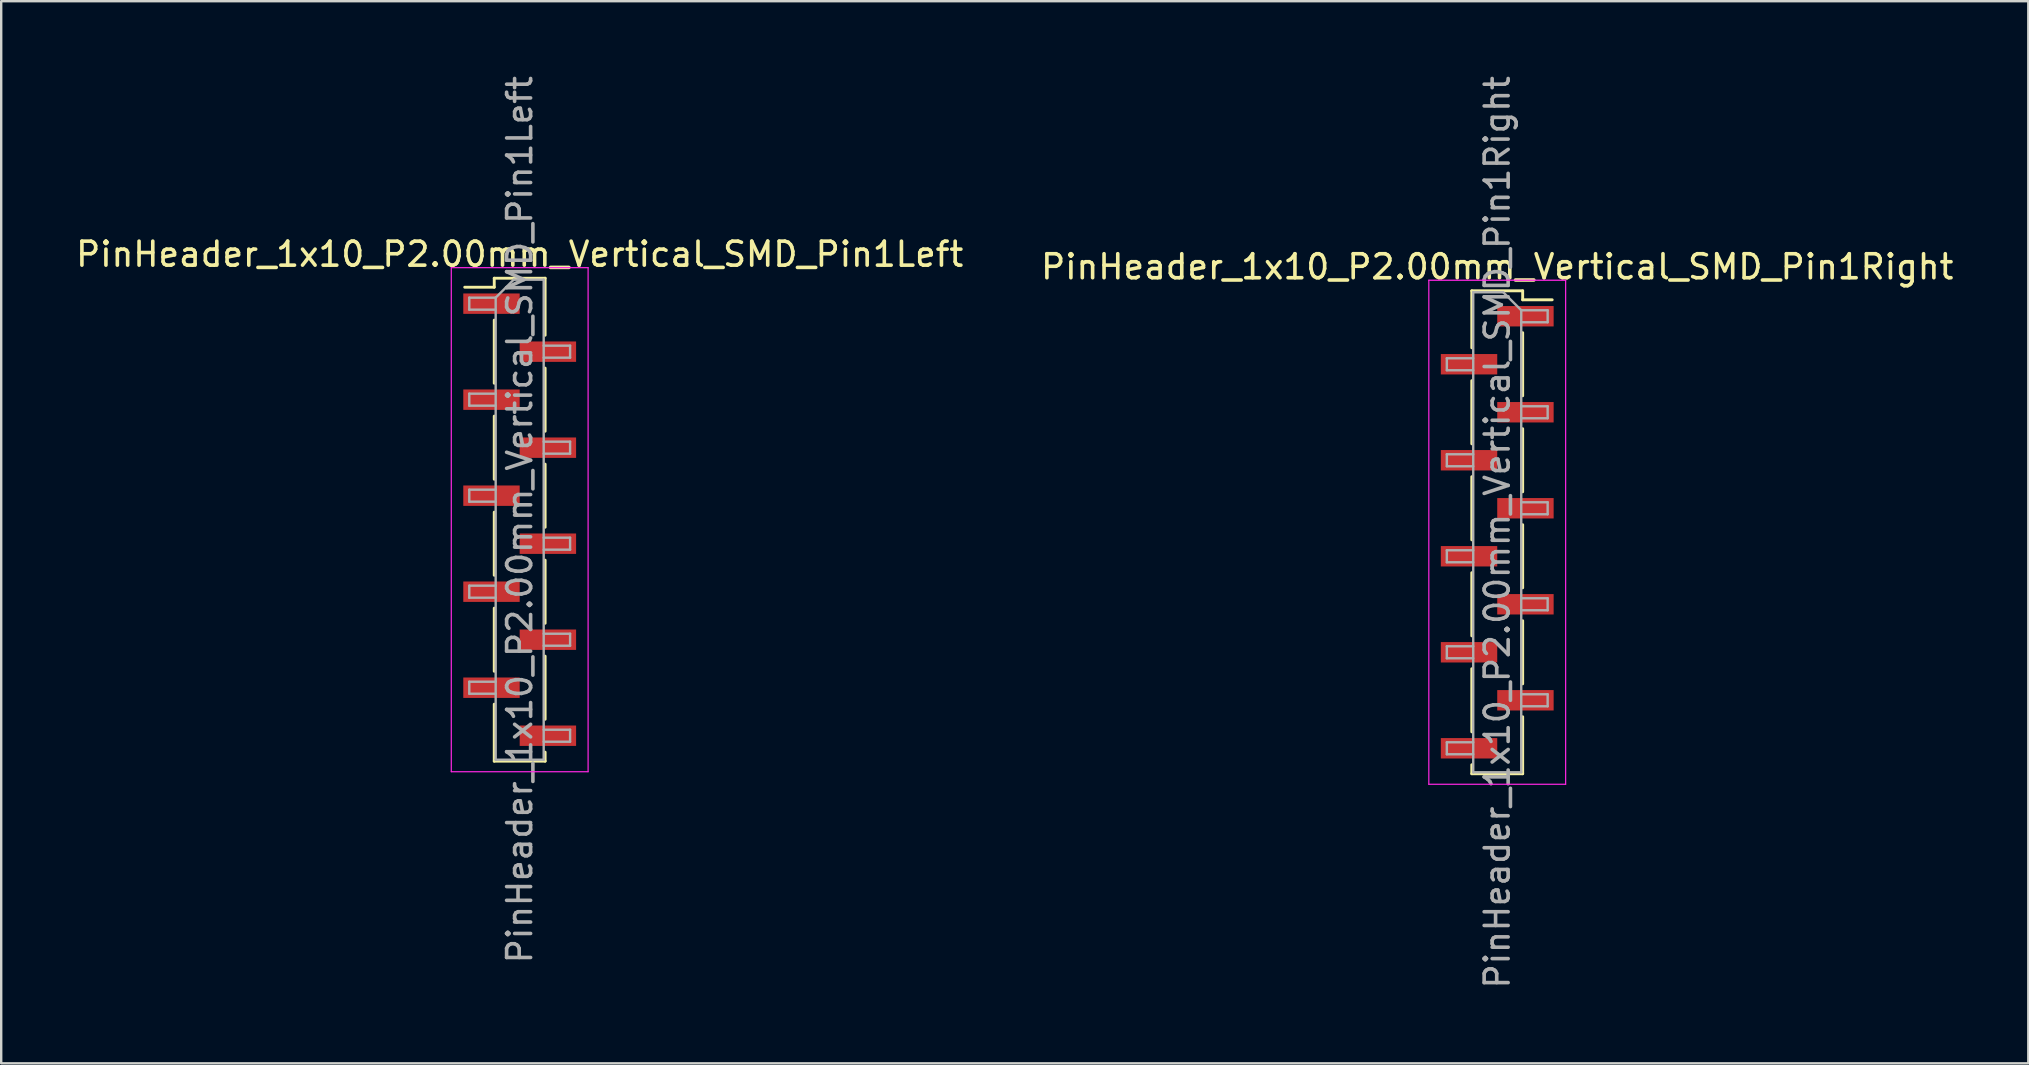
<source format=kicad_pcb>
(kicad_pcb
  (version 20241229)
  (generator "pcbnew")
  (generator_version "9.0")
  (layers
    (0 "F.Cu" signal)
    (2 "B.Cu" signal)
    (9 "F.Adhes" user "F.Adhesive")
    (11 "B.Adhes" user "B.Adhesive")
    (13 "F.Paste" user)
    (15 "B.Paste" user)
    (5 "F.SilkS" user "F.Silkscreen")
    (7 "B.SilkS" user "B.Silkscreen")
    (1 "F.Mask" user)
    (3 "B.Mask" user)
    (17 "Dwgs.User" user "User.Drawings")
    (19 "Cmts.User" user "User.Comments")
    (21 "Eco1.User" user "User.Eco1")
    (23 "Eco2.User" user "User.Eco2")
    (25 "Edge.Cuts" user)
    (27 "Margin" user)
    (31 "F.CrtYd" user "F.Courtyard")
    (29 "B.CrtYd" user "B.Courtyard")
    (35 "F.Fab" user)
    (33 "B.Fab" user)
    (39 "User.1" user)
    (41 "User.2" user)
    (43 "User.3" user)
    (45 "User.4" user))
  (footprint "PinHeader_1x10_P2.00mm_Vertical_SMD_Pin1Left"
    (layer "F.Cu")
    (at 18.601 18.601)
    (property "Reference" "PinHeader_1x10_P2.00mm_Vertical_SMD_Pin1Left" (at 0 -11.06 0) (layer "F.SilkS") (effects (font (size 1 1) (thickness 0.15))))
    (attr smd)
    (fp_line (start -1.06 -10.06) (end -1.06 -9.685) (stroke (width 0.12) (type solid)) (layer "F.SilkS"))
    (fp_line (start -1.06 -10.06) (end 1.06 -10.06) (stroke (width 0.12) (type solid)) (layer "F.SilkS"))
    (fp_line (start -1.06 -9.685) (end -2.29 -9.685) (stroke (width 0.12) (type solid)) (layer "F.SilkS"))
    (fp_line (start -1.06 -8.315) (end -1.06 -5.685) (stroke (width 0.12) (type solid)) (layer "F.SilkS"))
    (fp_line (start -1.06 -4.315) (end -1.06 -1.685) (stroke (width 0.12) (type solid)) (layer "F.SilkS"))
    (fp_line (start -1.06 -0.315) (end -1.06 2.315) (stroke (width 0.12) (type solid)) (layer "F.SilkS"))
    (fp_line (start -1.06 3.685) (end -1.06 6.315) (stroke (width 0.12) (type solid)) (layer "F.SilkS"))
    (fp_line (start -1.06 7.685) (end -1.06 10.06) (stroke (width 0.12) (type solid)) (layer "F.SilkS"))
    (fp_line (start -1.06 10.06) (end 1.06 10.06) (stroke (width 0.12) (type solid)) (layer "F.SilkS"))
    (fp_line (start 1.06 -10.06) (end 1.06 -7.685) (stroke (width 0.12) (type solid)) (layer "F.SilkS"))
    (fp_line (start 1.06 -6.315) (end 1.06 -3.685) (stroke (width 0.12) (type solid)) (layer "F.SilkS"))
    (fp_line (start 1.06 -2.315) (end 1.06 0.315) (stroke (width 0.12) (type solid)) (layer "F.SilkS"))
    (fp_line (start 1.06 1.685) (end 1.06 4.315) (stroke (width 0.12) (type solid)) (layer "F.SilkS"))
    (fp_line (start 1.06 5.685) (end 1.06 8.315) (stroke (width 0.12) (type solid)) (layer "F.SilkS"))
    (fp_line (start 1.06 9.685) (end 1.06 10.06) (stroke (width 0.12) (type solid)) (layer "F.SilkS"))
    (fp_line (start -2.85 -10.5) (end -2.85 10.5) (stroke (width 0.05) (type solid)) (layer "F.CrtYd"))
    (fp_line (start -2.85 10.5) (end 2.85 10.5) (stroke (width 0.05) (type solid)) (layer "F.CrtYd"))
    (fp_line (start 2.85 -10.5) (end -2.85 -10.5) (stroke (width 0.05) (type solid)) (layer "F.CrtYd"))
    (fp_line (start 2.85 10.5) (end 2.85 -10.5) (stroke (width 0.05) (type solid)) (layer "F.CrtYd"))
    (fp_line (start -2.1 -9.25) (end -2.1 -8.75) (stroke (width 0.1) (type solid)) (layer "F.Fab"))
    (fp_line (start -2.1 -8.75) (end -1 -8.75) (stroke (width 0.1) (type solid)) (layer "F.Fab"))
    (fp_line (start -2.1 -5.25) (end -2.1 -4.75) (stroke (width 0.1) (type solid)) (layer "F.Fab"))
    (fp_line (start -2.1 -4.75) (end -1 -4.75) (stroke (width 0.1) (type solid)) (layer "F.Fab"))
    (fp_line (start -2.1 -1.25) (end -2.1 -0.75) (stroke (width 0.1) (type solid)) (layer "F.Fab"))
    (fp_line (start -2.1 -0.75) (end -1 -0.75) (stroke (width 0.1) (type solid)) (layer "F.Fab"))
    (fp_line (start -2.1 2.75) (end -2.1 3.25) (stroke (width 0.1) (type solid)) (layer "F.Fab"))
    (fp_line (start -2.1 3.25) (end -1 3.25) (stroke (width 0.1) (type solid)) (layer "F.Fab"))
    (fp_line (start -2.1 6.75) (end -2.1 7.25) (stroke (width 0.1) (type solid)) (layer "F.Fab"))
    (fp_line (start -2.1 7.25) (end -1 7.25) (stroke (width 0.1) (type solid)) (layer "F.Fab"))
    (fp_line (start -1 -9.25) (end -2.1 -9.25) (stroke (width 0.1) (type solid)) (layer "F.Fab"))
    (fp_line (start -1 -9.25) (end -0.25 -10) (stroke (width 0.1) (type solid)) (layer "F.Fab"))
    (fp_line (start -1 -5.25) (end -2.1 -5.25) (stroke (width 0.1) (type solid)) (layer "F.Fab"))
    (fp_line (start -1 -1.25) (end -2.1 -1.25) (stroke (width 0.1) (type solid)) (layer "F.Fab"))
    (fp_line (start -1 2.75) (end -2.1 2.75) (stroke (width 0.1) (type solid)) (layer "F.Fab"))
    (fp_line (start -1 6.75) (end -2.1 6.75) (stroke (width 0.1) (type solid)) (layer "F.Fab"))
    (fp_line (start -1 10) (end -1 -9.25) (stroke (width 0.1) (type solid)) (layer "F.Fab"))
    (fp_line (start -0.25 -10) (end 1 -10) (stroke (width 0.1) (type solid)) (layer "F.Fab"))
    (fp_line (start 1 -10) (end 1 10) (stroke (width 0.1) (type solid)) (layer "F.Fab"))
    (fp_line (start 1 -7.25) (end 2.1 -7.25) (stroke (width 0.1) (type solid)) (layer "F.Fab"))
    (fp_line (start 1 -3.25) (end 2.1 -3.25) (stroke (width 0.1) (type solid)) (layer "F.Fab"))
    (fp_line (start 1 0.75) (end 2.1 0.75) (stroke (width 0.1) (type solid)) (layer "F.Fab"))
    (fp_line (start 1 4.75) (end 2.1 4.75) (stroke (width 0.1) (type solid)) (layer "F.Fab"))
    (fp_line (start 1 8.75) (end 2.1 8.75) (stroke (width 0.1) (type solid)) (layer "F.Fab"))
    (fp_line (start 1 10) (end -1 10) (stroke (width 0.1) (type solid)) (layer "F.Fab"))
    (fp_line (start 2.1 -7.25) (end 2.1 -6.75) (stroke (width 0.1) (type solid)) (layer "F.Fab"))
    (fp_line (start 2.1 -6.75) (end 1 -6.75) (stroke (width 0.1) (type solid)) (layer "F.Fab"))
    (fp_line (start 2.1 -3.25) (end 2.1 -2.75) (stroke (width 0.1) (type solid)) (layer "F.Fab"))
    (fp_line (start 2.1 -2.75) (end 1 -2.75) (stroke (width 0.1) (type solid)) (layer "F.Fab"))
    (fp_line (start 2.1 0.75) (end 2.1 1.25) (stroke (width 0.1) (type solid)) (layer "F.Fab"))
    (fp_line (start 2.1 1.25) (end 1 1.25) (stroke (width 0.1) (type solid)) (layer "F.Fab"))
    (fp_line (start 2.1 4.75) (end 2.1 5.25) (stroke (width 0.1) (type solid)) (layer "F.Fab"))
    (fp_line (start 2.1 5.25) (end 1 5.25) (stroke (width 0.1) (type solid)) (layer "F.Fab"))
    (fp_line (start 2.1 8.75) (end 2.1 9.25) (stroke (width 0.1) (type solid)) (layer "F.Fab"))
    (fp_line (start 2.1 9.25) (end 1 9.25) (stroke (width 0.1) (type solid)) (layer "F.Fab"))
    (fp_text user "${REFERENCE}" (at 0 0 90) (layer "F.Fab") (effects (font (size 1 1) (thickness 0.15))))
    (pad "1" smd rect (at -1.175 -9) (size 2.35 0.85) (layers "F.Cu" "F.Mask" "F.Paste"))
    (pad "2" smd rect (at 1.175 -7) (size 2.35 0.85) (layers "F.Cu" "F.Mask" "F.Paste"))
    (pad "3" smd rect (at -1.175 -5) (size 2.35 0.85) (layers "F.Cu" "F.Mask" "F.Paste"))
    (pad "4" smd rect (at 1.175 -3) (size 2.35 0.85) (layers "F.Cu" "F.Mask" "F.Paste"))
    (pad "5" smd rect (at -1.175 -1) (size 2.35 0.85) (layers "F.Cu" "F.Mask" "F.Paste"))
    (pad "6" smd rect (at 1.175 1) (size 2.35 0.85) (layers "F.Cu" "F.Mask" "F.Paste"))
    (pad "7" smd rect (at -1.175 3) (size 2.35 0.85) (layers "F.Cu" "F.Mask" "F.Paste"))
    (pad "8" smd rect (at 1.175 5) (size 2.35 0.85) (layers "F.Cu" "F.Mask" "F.Paste"))
    (pad "9" smd rect (at -1.175 7) (size 2.35 0.85) (layers "F.Cu" "F.Mask" "F.Paste"))
    (pad "10" smd rect (at 1.175 9) (size 2.35 0.85) (layers "F.Cu" "F.Mask" "F.Paste")))
  (footprint "PinHeader_1x10_P2.00mm_Vertical_SMD_Pin1Right"
    (layer "F.Cu")
    (at 59.327 19.125)
    (property "Reference" "PinHeader_1x10_P2.00mm_Vertical_SMD_Pin1Right" (at 0 -11.06 0) (layer "F.SilkS") (effects (font (size 1 1) (thickness 0.15))))
    (attr smd)
    (fp_line (start -1.06 -10.06) (end -1.06 -7.685) (stroke (width 0.12) (type solid)) (layer "F.SilkS"))
    (fp_line (start -1.06 -10.06) (end 1.06 -10.06) (stroke (width 0.12) (type solid)) (layer "F.SilkS"))
    (fp_line (start -1.06 -6.315) (end -1.06 -3.685) (stroke (width 0.12) (type solid)) (layer "F.SilkS"))
    (fp_line (start -1.06 -2.315) (end -1.06 0.315) (stroke (width 0.12) (type solid)) (layer "F.SilkS"))
    (fp_line (start -1.06 1.685) (end -1.06 4.315) (stroke (width 0.12) (type solid)) (layer "F.SilkS"))
    (fp_line (start -1.06 5.685) (end -1.06 8.315) (stroke (width 0.12) (type solid)) (layer "F.SilkS"))
    (fp_line (start -1.06 9.685) (end -1.06 10.06) (stroke (width 0.12) (type solid)) (layer "F.SilkS"))
    (fp_line (start -1.06 10.06) (end 1.06 10.06) (stroke (width 0.12) (type solid)) (layer "F.SilkS"))
    (fp_line (start 1.06 -10.06) (end 1.06 -9.685) (stroke (width 0.12) (type solid)) (layer "F.SilkS"))
    (fp_line (start 1.06 -9.685) (end 2.29 -9.685) (stroke (width 0.12) (type solid)) (layer "F.SilkS"))
    (fp_line (start 1.06 -8.315) (end 1.06 -5.685) (stroke (width 0.12) (type solid)) (layer "F.SilkS"))
    (fp_line (start 1.06 -4.315) (end 1.06 -1.685) (stroke (width 0.12) (type solid)) (layer "F.SilkS"))
    (fp_line (start 1.06 -0.315) (end 1.06 2.315) (stroke (width 0.12) (type solid)) (layer "F.SilkS"))
    (fp_line (start 1.06 3.685) (end 1.06 6.315) (stroke (width 0.12) (type solid)) (layer "F.SilkS"))
    (fp_line (start 1.06 7.685) (end 1.06 10.06) (stroke (width 0.12) (type solid)) (layer "F.SilkS"))
    (fp_line (start -2.85 -10.5) (end -2.85 10.5) (stroke (width 0.05) (type solid)) (layer "F.CrtYd"))
    (fp_line (start -2.85 10.5) (end 2.85 10.5) (stroke (width 0.05) (type solid)) (layer "F.CrtYd"))
    (fp_line (start 2.85 -10.5) (end -2.85 -10.5) (stroke (width 0.05) (type solid)) (layer "F.CrtYd"))
    (fp_line (start 2.85 10.5) (end 2.85 -10.5) (stroke (width 0.05) (type solid)) (layer "F.CrtYd"))
    (fp_line (start -2.1 -7.25) (end -2.1 -6.75) (stroke (width 0.1) (type solid)) (layer "F.Fab"))
    (fp_line (start -2.1 -6.75) (end -1 -6.75) (stroke (width 0.1) (type solid)) (layer "F.Fab"))
    (fp_line (start -2.1 -3.25) (end -2.1 -2.75) (stroke (width 0.1) (type solid)) (layer "F.Fab"))
    (fp_line (start -2.1 -2.75) (end -1 -2.75) (stroke (width 0.1) (type solid)) (layer "F.Fab"))
    (fp_line (start -2.1 0.75) (end -2.1 1.25) (stroke (width 0.1) (type solid)) (layer "F.Fab"))
    (fp_line (start -2.1 1.25) (end -1 1.25) (stroke (width 0.1) (type solid)) (layer "F.Fab"))
    (fp_line (start -2.1 4.75) (end -2.1 5.25) (stroke (width 0.1) (type solid)) (layer "F.Fab"))
    (fp_line (start -2.1 5.25) (end -1 5.25) (stroke (width 0.1) (type solid)) (layer "F.Fab"))
    (fp_line (start -2.1 8.75) (end -2.1 9.25) (stroke (width 0.1) (type solid)) (layer "F.Fab"))
    (fp_line (start -2.1 9.25) (end -1 9.25) (stroke (width 0.1) (type solid)) (layer "F.Fab"))
    (fp_line (start -1 -10) (end -1 10) (stroke (width 0.1) (type solid)) (layer "F.Fab"))
    (fp_line (start -1 -10) (end 0.25 -10) (stroke (width 0.1) (type solid)) (layer "F.Fab"))
    (fp_line (start -1 -7.25) (end -2.1 -7.25) (stroke (width 0.1) (type solid)) (layer "F.Fab"))
    (fp_line (start -1 -3.25) (end -2.1 -3.25) (stroke (width 0.1) (type solid)) (layer "F.Fab"))
    (fp_line (start -1 0.75) (end -2.1 0.75) (stroke (width 0.1) (type solid)) (layer "F.Fab"))
    (fp_line (start -1 4.75) (end -2.1 4.75) (stroke (width 0.1) (type solid)) (layer "F.Fab"))
    (fp_line (start -1 8.75) (end -2.1 8.75) (stroke (width 0.1) (type solid)) (layer "F.Fab"))
    (fp_line (start 1 -9.25) (end 0.25 -10) (stroke (width 0.1) (type solid)) (layer "F.Fab"))
    (fp_line (start 1 -9.25) (end 2.1 -9.25) (stroke (width 0.1) (type solid)) (layer "F.Fab"))
    (fp_line (start 1 -5.25) (end 2.1 -5.25) (stroke (width 0.1) (type solid)) (layer "F.Fab"))
    (fp_line (start 1 -1.25) (end 2.1 -1.25) (stroke (width 0.1) (type solid)) (layer "F.Fab"))
    (fp_line (start 1 2.75) (end 2.1 2.75) (stroke (width 0.1) (type solid)) (layer "F.Fab"))
    (fp_line (start 1 6.75) (end 2.1 6.75) (stroke (width 0.1) (type solid)) (layer "F.Fab"))
    (fp_line (start 1 10) (end -1 10) (stroke (width 0.1) (type solid)) (layer "F.Fab"))
    (fp_line (start 1 10) (end 1 -9.25) (stroke (width 0.1) (type solid)) (layer "F.Fab"))
    (fp_line (start 2.1 -9.25) (end 2.1 -8.75) (stroke (width 0.1) (type solid)) (layer "F.Fab"))
    (fp_line (start 2.1 -8.75) (end 1 -8.75) (stroke (width 0.1) (type solid)) (layer "F.Fab"))
    (fp_line (start 2.1 -5.25) (end 2.1 -4.75) (stroke (width 0.1) (type solid)) (layer "F.Fab"))
    (fp_line (start 2.1 -4.75) (end 1 -4.75) (stroke (width 0.1) (type solid)) (layer "F.Fab"))
    (fp_line (start 2.1 -1.25) (end 2.1 -0.75) (stroke (width 0.1) (type solid)) (layer "F.Fab"))
    (fp_line (start 2.1 -0.75) (end 1 -0.75) (stroke (width 0.1) (type solid)) (layer "F.Fab"))
    (fp_line (start 2.1 2.75) (end 2.1 3.25) (stroke (width 0.1) (type solid)) (layer "F.Fab"))
    (fp_line (start 2.1 3.25) (end 1 3.25) (stroke (width 0.1) (type solid)) (layer "F.Fab"))
    (fp_line (start 2.1 6.75) (end 2.1 7.25) (stroke (width 0.1) (type solid)) (layer "F.Fab"))
    (fp_line (start 2.1 7.25) (end 1 7.25) (stroke (width 0.1) (type solid)) (layer "F.Fab"))
    (fp_text user "${REFERENCE}" (at 0 0 90) (layer "F.Fab") (effects (font (size 1 1) (thickness 0.15))))
    (pad "1" smd rect (at 1.175 -9) (size 2.35 0.85) (layers "F.Cu" "F.Mask" "F.Paste"))
    (pad "2" smd rect (at -1.175 -7) (size 2.35 0.85) (layers "F.Cu" "F.Mask" "F.Paste"))
    (pad "3" smd rect (at 1.175 -5) (size 2.35 0.85) (layers "F.Cu" "F.Mask" "F.Paste"))
    (pad "4" smd rect (at -1.175 -3) (size 2.35 0.85) (layers "F.Cu" "F.Mask" "F.Paste"))
    (pad "5" smd rect (at 1.175 -1) (size 2.35 0.85) (layers "F.Cu" "F.Mask" "F.Paste"))
    (pad "6" smd rect (at -1.175 1) (size 2.35 0.85) (layers "F.Cu" "F.Mask" "F.Paste"))
    (pad "7" smd rect (at 1.175 3) (size 2.35 0.85) (layers "F.Cu" "F.Mask" "F.Paste"))
    (pad "8" smd rect (at -1.175 5) (size 2.35 0.85) (layers "F.Cu" "F.Mask" "F.Paste"))
    (pad "9" smd rect (at 1.175 7) (size 2.35 0.85) (layers "F.Cu" "F.Mask" "F.Paste"))
    (pad "10" smd rect (at -1.175 9) (size 2.35 0.85) (layers "F.Cu" "F.Mask" "F.Paste")))
  (gr_rect
    (start -3 -3)
    (end 81.452 41.25)
    (stroke (width 0.1) (type default))
    (fill no)
    (layer "Edge.Cuts")))
</source>
